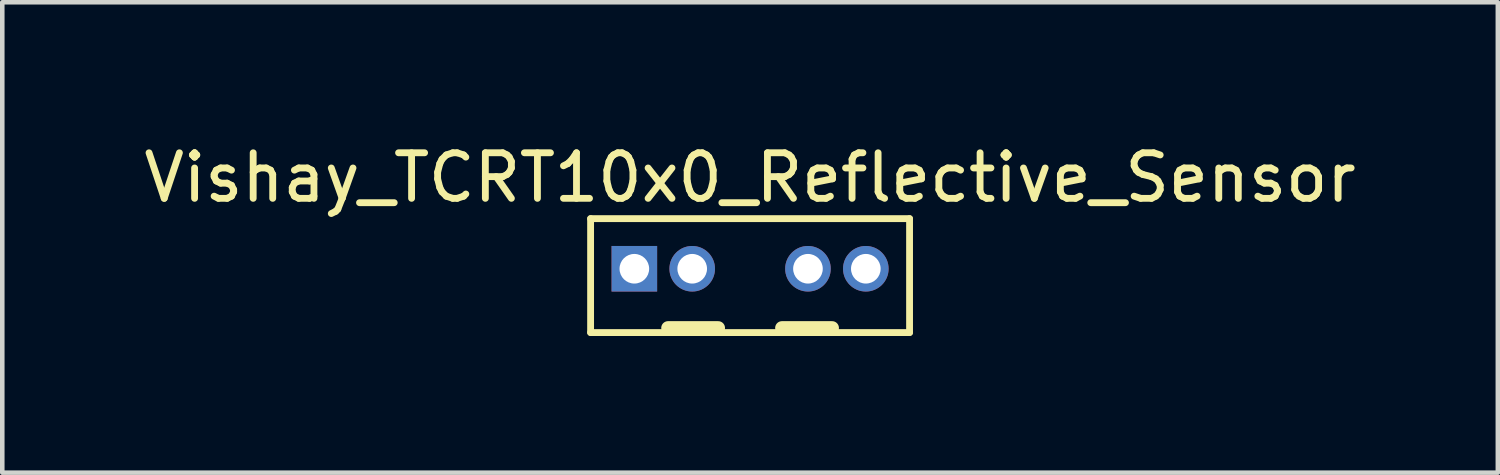
<source format=kicad_pcb>
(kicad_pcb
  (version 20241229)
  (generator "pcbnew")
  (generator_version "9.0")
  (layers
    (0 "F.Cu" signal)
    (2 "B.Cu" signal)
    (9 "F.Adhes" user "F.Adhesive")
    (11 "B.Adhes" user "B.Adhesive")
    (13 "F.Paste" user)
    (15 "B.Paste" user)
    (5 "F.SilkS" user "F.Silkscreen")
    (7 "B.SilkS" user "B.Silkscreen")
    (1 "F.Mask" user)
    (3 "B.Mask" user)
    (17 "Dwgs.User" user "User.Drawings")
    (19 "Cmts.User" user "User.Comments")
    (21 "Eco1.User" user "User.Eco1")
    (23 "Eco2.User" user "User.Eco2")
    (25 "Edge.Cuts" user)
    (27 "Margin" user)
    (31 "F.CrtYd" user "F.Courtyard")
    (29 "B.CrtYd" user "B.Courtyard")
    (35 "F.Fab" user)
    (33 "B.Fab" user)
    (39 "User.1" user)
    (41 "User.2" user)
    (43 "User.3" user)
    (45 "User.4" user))
  (footprint "Vishay_TCRT10x0_Reflective_Sensor"
    (layer "F.Cu")
    (at 13.411 2.848)
    (property "Reference" "Vishay_TCRT10x0_Reflective_Sensor" (at 0 -2 0) (layer "F.SilkS") (effects (font (size 1 1) (thickness 0.15))))
    (attr through_hole)
    (fp_line (start -3.5 -1.1) (end 3.5 -1.1) (stroke (width 0.15) (type solid)) (layer "F.SilkS"))
    (fp_line (start -3.5 1.4) (end -3.5 -1.1) (stroke (width 0.15) (type solid)) (layer "F.SilkS"))
    (fp_line (start -1.8 1.3) (end -0.7 1.3) (stroke (width 0.3) (type solid)) (layer "F.SilkS"))
    (fp_line (start 0.7 1.3) (end 1.8 1.3) (stroke (width 0.3) (type solid)) (layer "F.SilkS"))
    (fp_line (start 3.5 1.4) (end -3.5 1.4) (stroke (width 0.15) (type solid)) (layer "F.SilkS"))
    (fp_line (start 3.5 1.4) (end 3.5 -1.1) (stroke (width 0.15) (type solid)) (layer "F.SilkS"))
    (pad "1" thru_hole rect (at -2.54 0) (size 1 1) (drill 0.65) (layers "*.Cu" "*.Mask"))
    (pad "2" thru_hole circle (at -1.27 0) (size 1 1) (drill 0.65) (layers "*.Cu" "*.Mask"))
    (pad "3" thru_hole circle (at 1.27 0) (size 1 1) (drill 0.65) (layers "*.Cu" "*.Mask"))
    (pad "4" thru_hole circle (at 2.54 0) (size 1 1) (drill 0.65) (layers "*.Cu" "*.Mask")))
  (gr_rect
    (start -3 -3)
    (end 29.821 7.323)
    (stroke (width 0.1) (type default))
    (fill no)
    (layer "Edge.Cuts")))
</source>
